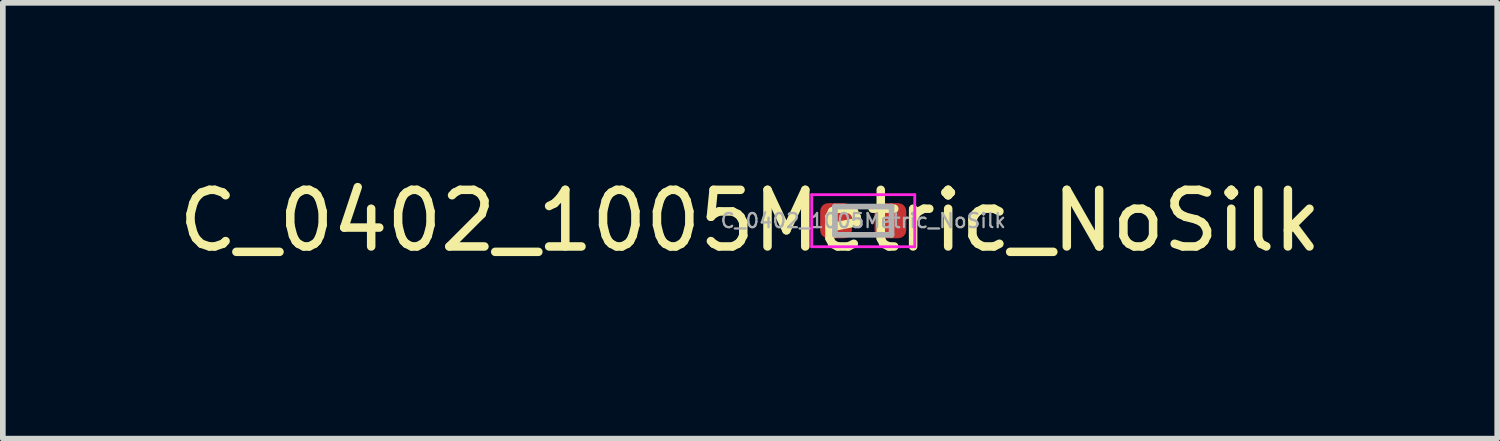
<source format=kicad_pcb>
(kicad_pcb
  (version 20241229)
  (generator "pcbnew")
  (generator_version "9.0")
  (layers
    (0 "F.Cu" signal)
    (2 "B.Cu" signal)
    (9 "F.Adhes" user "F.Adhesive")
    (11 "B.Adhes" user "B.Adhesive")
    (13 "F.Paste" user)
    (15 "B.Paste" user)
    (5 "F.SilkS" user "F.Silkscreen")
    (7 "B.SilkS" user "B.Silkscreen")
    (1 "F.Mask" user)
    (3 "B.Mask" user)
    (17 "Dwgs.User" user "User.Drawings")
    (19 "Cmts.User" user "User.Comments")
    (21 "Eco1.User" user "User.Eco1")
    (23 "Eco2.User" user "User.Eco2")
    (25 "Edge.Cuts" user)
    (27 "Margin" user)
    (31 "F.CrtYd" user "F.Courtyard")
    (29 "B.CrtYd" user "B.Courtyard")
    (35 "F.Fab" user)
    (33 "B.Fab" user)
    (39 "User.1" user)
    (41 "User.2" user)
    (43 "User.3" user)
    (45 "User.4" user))
  (footprint "C_0402_1005Metric_NoSilk"
    (layer "F.Cu")
    (at 12.196 0.848)
    (property "Reference" "C_0402_1005Metric_NoSilk" (at -2 0 0) (layer "F.SilkS") (effects (font (size 1 1) (thickness 0.15))))
    (attr smd)
    (fp_line (start -0.91 -0.46) (end 0.91 -0.46) (stroke (width 0.05) (type solid)) (layer "F.CrtYd"))
    (fp_line (start -0.91 0.46) (end -0.91 -0.46) (stroke (width 0.05) (type solid)) (layer "F.CrtYd"))
    (fp_line (start 0.91 -0.46) (end 0.91 0.46) (stroke (width 0.05) (type solid)) (layer "F.CrtYd"))
    (fp_line (start 0.91 0.46) (end -0.91 0.46) (stroke (width 0.05) (type solid)) (layer "F.CrtYd"))
    (fp_line (start -0.5 -0.25) (end 0.5 -0.25) (stroke (width 0.1) (type solid)) (layer "F.Fab"))
    (fp_line (start -0.5 0.25) (end -0.5 -0.25) (stroke (width 0.1) (type solid)) (layer "F.Fab"))
    (fp_line (start 0.5 -0.25) (end 0.5 0.25) (stroke (width 0.1) (type solid)) (layer "F.Fab"))
    (fp_line (start 0.5 0.25) (end -0.5 0.25) (stroke (width 0.1) (type solid)) (layer "F.Fab"))
    (fp_text user "${REFERENCE}" (at 0 0 0) (layer "F.Fab") (effects (font (size 0.25 0.25) (thickness 0.04))))
    (pad "1" smd roundrect (at -0.48 0) (size 0.56 0.62) (layers "F.Cu" "F.Mask" "F.Paste") (roundrect_rratio 0.25))
    (pad "2" smd roundrect (at 0.48 0) (size 0.56 0.62) (layers "F.Cu" "F.Mask" "F.Paste") (roundrect_rratio 0.25)))
  (gr_rect
    (start -3 -3)
    (end 23.393 4.697)
    (stroke (width 0.1) (type default))
    (fill no)
    (layer "Edge.Cuts")))
</source>
